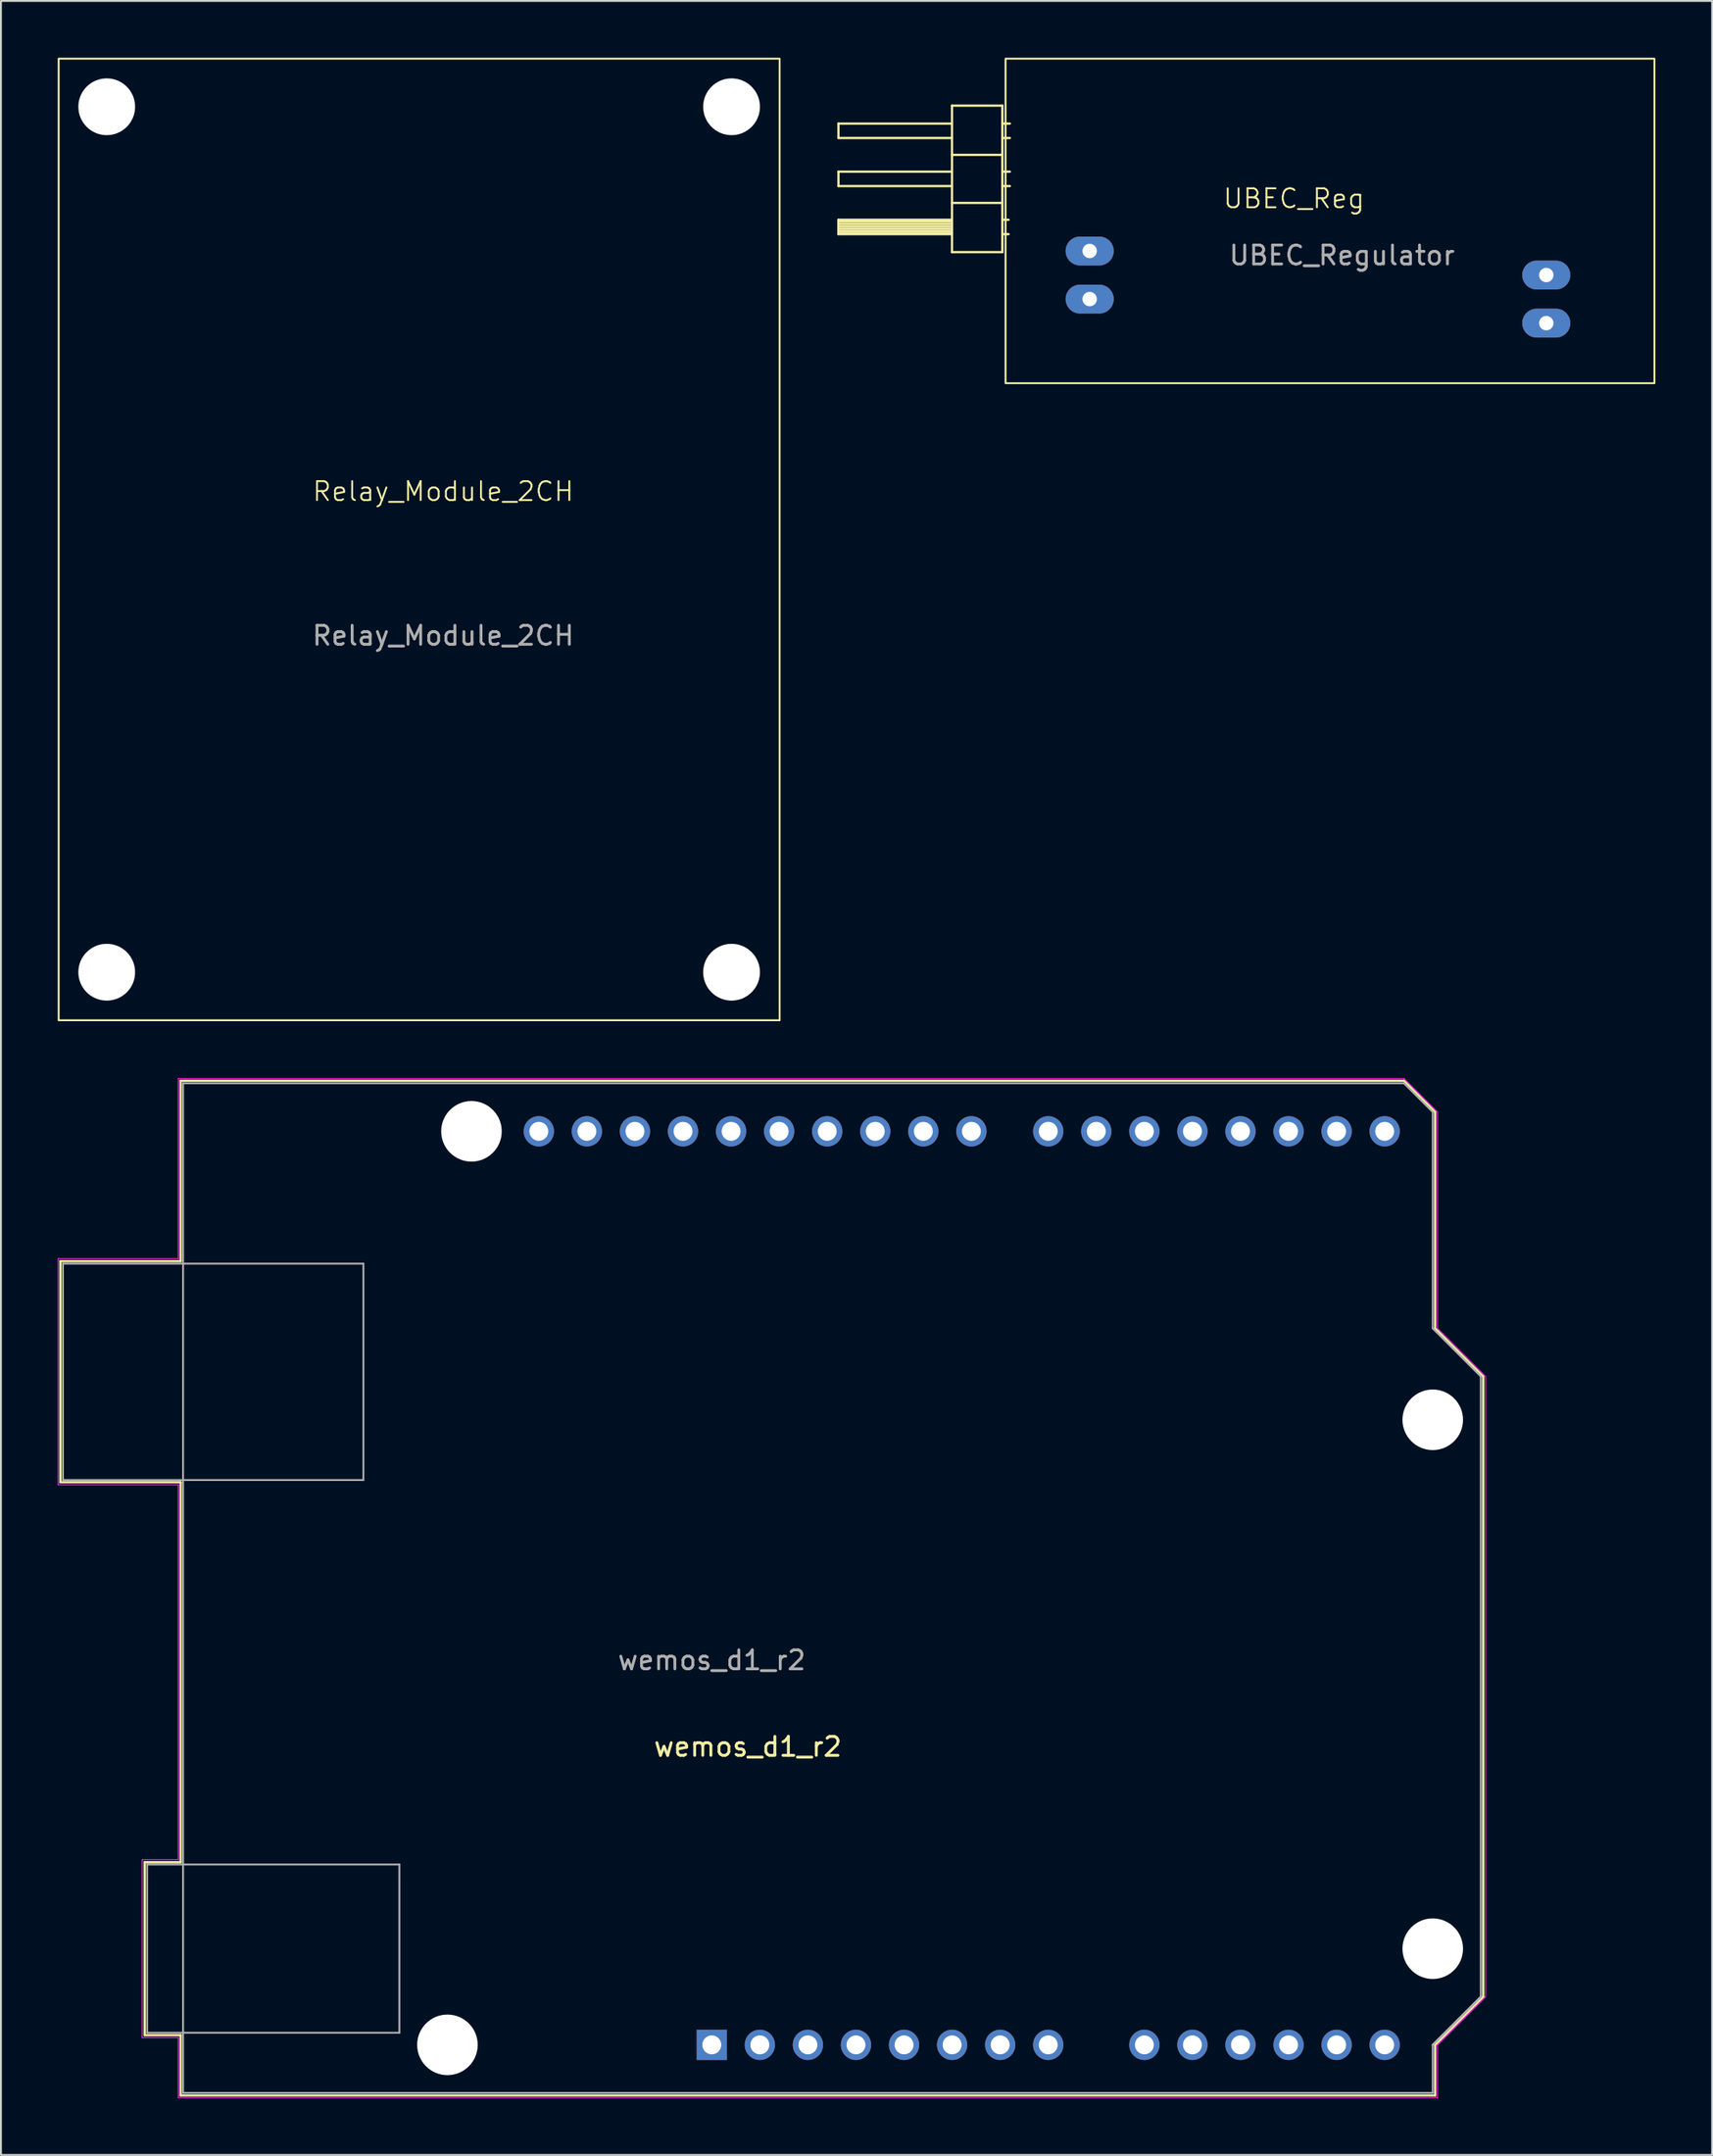
<source format=kicad_pcb>
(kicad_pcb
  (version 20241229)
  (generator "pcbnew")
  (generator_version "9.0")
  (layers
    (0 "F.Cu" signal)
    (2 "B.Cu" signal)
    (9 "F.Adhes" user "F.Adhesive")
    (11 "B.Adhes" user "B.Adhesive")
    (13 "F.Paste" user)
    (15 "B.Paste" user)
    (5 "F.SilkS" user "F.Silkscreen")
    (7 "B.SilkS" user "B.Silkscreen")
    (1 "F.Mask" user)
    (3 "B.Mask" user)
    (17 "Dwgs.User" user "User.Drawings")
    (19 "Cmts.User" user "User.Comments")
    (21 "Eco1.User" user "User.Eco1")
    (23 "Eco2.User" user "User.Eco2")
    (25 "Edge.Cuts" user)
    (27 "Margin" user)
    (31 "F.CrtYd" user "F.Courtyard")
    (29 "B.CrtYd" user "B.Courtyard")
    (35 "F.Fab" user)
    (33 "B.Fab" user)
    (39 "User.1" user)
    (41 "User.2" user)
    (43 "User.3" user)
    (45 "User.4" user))
  (footprint "wemos_d1_r2"
    (layer "F.Cu")
    (at 35.835 84.145)
    (property "Reference" "wemos_d1_r2" (at 0.635 5.08 180) (layer "F.SilkS") (effects (font (size 1 1) (thickness 0.15))))
    (attr through_hole)
    (fp_line (start -35.69 -20.57) (end -29.34 -20.57) (stroke (width 0.12) (type solid)) (layer "F.SilkS"))
    (fp_line (start -35.69 -8.89) (end -35.69 -20.57) (stroke (width 0.12) (type solid)) (layer "F.SilkS"))
    (fp_line (start -31.24 11.18) (end -29.34 11.18) (stroke (width 0.12) (type solid)) (layer "F.SilkS"))
    (fp_line (start -31.24 20.32) (end -31.24 11.18) (stroke (width 0.12) (type solid)) (layer "F.SilkS"))
    (fp_line (start -29.34 -30.1) (end 35.31 -30.1) (stroke (width 0.12) (type solid)) (layer "F.SilkS"))
    (fp_line (start -29.34 -20.57) (end -29.34 -30.1) (stroke (width 0.12) (type solid)) (layer "F.SilkS"))
    (fp_line (start -29.34 -8.89) (end -35.69 -8.89) (stroke (width 0.12) (type solid)) (layer "F.SilkS"))
    (fp_line (start -29.34 11.18) (end -29.34 -8.89) (stroke (width 0.12) (type solid)) (layer "F.SilkS"))
    (fp_line (start -29.34 20.32) (end -31.24 20.32) (stroke (width 0.12) (type solid)) (layer "F.SilkS"))
    (fp_line (start -29.34 23.5) (end -29.34 20.32) (stroke (width 0.12) (type solid)) (layer "F.SilkS"))
    (fp_line (start 35.31 -30.1) (end 36.96 -28.45) (stroke (width 0.12) (type solid)) (layer "F.SilkS"))
    (fp_line (start 36.96 -28.45) (end 36.96 -17.02) (stroke (width 0.12) (type solid)) (layer "F.SilkS"))
    (fp_line (start 36.96 -17.02) (end 39.5 -14.48) (stroke (width 0.12) (type solid)) (layer "F.SilkS"))
    (fp_line (start 36.96 20.83) (end 36.96 23.5) (stroke (width 0.12) (type solid)) (layer "F.SilkS"))
    (fp_line (start 36.96 23.5) (end -29.34 23.5) (stroke (width 0.12) (type solid)) (layer "F.SilkS"))
    (fp_line (start 39.5 -14.48) (end 39.5 18.29) (stroke (width 0.12) (type solid)) (layer "F.SilkS"))
    (fp_line (start 39.5 18.29) (end 36.96 20.83) (stroke (width 0.12) (type solid)) (layer "F.SilkS"))
    (fp_line (start -35.81 -20.7) (end -35.81 -8.76) (stroke (width 0.05) (type solid)) (layer "F.CrtYd"))
    (fp_line (start -35.81 -8.76) (end -29.46 -8.76) (stroke (width 0.05) (type solid)) (layer "F.CrtYd"))
    (fp_line (start -31.37 11.05) (end -31.37 20.45) (stroke (width 0.05) (type solid)) (layer "F.CrtYd"))
    (fp_line (start -31.37 20.45) (end -29.46 20.45) (stroke (width 0.05) (type solid)) (layer "F.CrtYd"))
    (fp_line (start -29.46 -30.22) (end -29.46 -20.7) (stroke (width 0.05) (type solid)) (layer "F.CrtYd"))
    (fp_line (start -29.46 -20.7) (end -35.81 -20.7) (stroke (width 0.05) (type solid)) (layer "F.CrtYd"))
    (fp_line (start -29.46 -8.76) (end -29.46 11.05) (stroke (width 0.05) (type solid)) (layer "F.CrtYd"))
    (fp_line (start -29.46 11.05) (end -31.37 11.05) (stroke (width 0.05) (type solid)) (layer "F.CrtYd"))
    (fp_line (start -29.46 20.45) (end -29.46 23.62) (stroke (width 0.05) (type solid)) (layer "F.CrtYd"))
    (fp_line (start -29.46 23.62) (end 37.08 23.62) (stroke (width 0.05) (type solid)) (layer "F.CrtYd"))
    (fp_line (start 35.31 -30.22) (end -29.46 -30.22) (stroke (width 0.05) (type solid)) (layer "F.CrtYd"))
    (fp_line (start 37.08 -28.45) (end 35.31 -30.22) (stroke (width 0.05) (type solid)) (layer "F.CrtYd"))
    (fp_line (start 37.08 -17.02) (end 37.08 -28.45) (stroke (width 0.05) (type solid)) (layer "F.CrtYd"))
    (fp_line (start 37.08 20.83) (end 39.62 18.29) (stroke (width 0.05) (type solid)) (layer "F.CrtYd"))
    (fp_line (start 37.08 20.83) (end 39.62 18.29) (stroke (width 0.05) (type solid)) (layer "F.CrtYd"))
    (fp_line (start 37.08 23.62) (end 37.08 20.83) (stroke (width 0.05) (type solid)) (layer "F.CrtYd"))
    (fp_line (start 39.62 -14.48) (end 37.08 -17.02) (stroke (width 0.05) (type solid)) (layer "F.CrtYd"))
    (fp_line (start 39.62 18.29) (end 39.62 -14.48) (stroke (width 0.05) (type solid)) (layer "F.CrtYd"))
    (fp_line (start -35.56 -20.44) (end -35.56 -9.01) (stroke (width 0.1) (type solid)) (layer "F.Fab"))
    (fp_line (start -35.56 -9.01) (end -19.68 -9.01) (stroke (width 0.1) (type solid)) (layer "F.Fab"))
    (fp_line (start -31.11 11.3) (end -31.11 20.19) (stroke (width 0.1) (type solid)) (layer "F.Fab"))
    (fp_line (start -31.11 20.19) (end -17.78 20.19) (stroke (width 0.1) (type solid)) (layer "F.Fab"))
    (fp_line (start -29.21 -29.97) (end -29.21 23.37) (stroke (width 0.1) (type solid)) (layer "F.Fab"))
    (fp_line (start -29.21 23.37) (end 36.83 23.37) (stroke (width 0.1) (type solid)) (layer "F.Fab"))
    (fp_line (start -19.68 -20.44) (end -35.56 -20.44) (stroke (width 0.1) (type solid)) (layer "F.Fab"))
    (fp_line (start -19.68 -9.01) (end -19.68 -20.44) (stroke (width 0.1) (type solid)) (layer "F.Fab"))
    (fp_line (start -17.78 11.3) (end -31.11 11.3) (stroke (width 0.1) (type solid)) (layer "F.Fab"))
    (fp_line (start -17.78 20.19) (end -17.78 11.3) (stroke (width 0.1) (type solid)) (layer "F.Fab"))
    (fp_line (start 35.31 -29.97) (end -29.21 -29.97) (stroke (width 0.1) (type solid)) (layer "F.Fab"))
    (fp_line (start 36.83 -28.45) (end 35.31 -29.97) (stroke (width 0.1) (type solid)) (layer "F.Fab"))
    (fp_line (start 36.83 -17.02) (end 36.83 -28.45) (stroke (width 0.1) (type solid)) (layer "F.Fab"))
    (fp_line (start 36.83 20.83) (end 39.37 18.29) (stroke (width 0.1) (type solid)) (layer "F.Fab"))
    (fp_line (start 36.83 20.83) (end 39.37 18.29) (stroke (width 0.1) (type solid)) (layer "F.Fab"))
    (fp_line (start 36.83 23.37) (end 36.83 20.83) (stroke (width 0.1) (type solid)) (layer "F.Fab"))
    (fp_line (start 39.37 -14.48) (end 36.83 -17.02) (stroke (width 0.1) (type solid)) (layer "F.Fab"))
    (fp_line (start 39.37 18.29) (end 39.37 -14.48) (stroke (width 0.1) (type solid)) (layer "F.Fab"))
    (fp_text user "${REFERENCE}" (at -1.27 0.51 180) (layer "F.Fab") (effects (font (size 1 1) (thickness 0.15))))
    (pad "" np_thru_hole circle (at -15.24 20.83 270) (size 3.2 3.2) (drill 3.2) (layers "*.Cu" "*.Mask"))
    (pad "" np_thru_hole circle (at -13.97 -27.43 270) (size 3.2 3.2) (drill 3.2) (layers "*.Cu" "*.Mask"))
    (pad "" np_thru_hole circle (at 36.83 -12.19 270) (size 3.2 3.2) (drill 3.2) (layers "*.Cu" "*.Mask"))
    (pad "" np_thru_hole circle (at 36.83 15.75 270) (size 3.2 3.2) (drill 3.2) (layers "*.Cu" "*.Mask"))
    (pad "1" thru_hole rect (at -1.27 20.83 270) (size 1.6 1.6) (drill 1) (layers "*.Cu" "*.Mask"))
    (pad "2" thru_hole oval (at 1.27 20.83 270) (size 1.6 1.6) (drill 1) (layers "*.Cu" "*.Mask"))
    (pad "3" thru_hole oval (at 3.81 20.83 270) (size 1.6 1.6) (drill 1) (layers "*.Cu" "*.Mask"))
    (pad "4" thru_hole oval (at 6.35 20.83 270) (size 1.6 1.6) (drill 1) (layers "*.Cu" "*.Mask"))
    (pad "5" thru_hole oval (at 8.89 20.83 270) (size 1.6 1.6) (drill 1) (layers "*.Cu" "*.Mask"))
    (pad "6" thru_hole oval (at 11.43 20.83 270) (size 1.6 1.6) (drill 1) (layers "*.Cu" "*.Mask"))
    (pad "7" thru_hole oval (at 13.97 20.83 270) (size 1.6 1.6) (drill 1) (layers "*.Cu" "*.Mask"))
    (pad "8" thru_hole oval (at 16.51 20.83 270) (size 1.6 1.6) (drill 1) (layers "*.Cu" "*.Mask"))
    (pad "9" thru_hole oval (at 21.59 20.83 270) (size 1.6 1.6) (drill 1) (layers "*.Cu" "*.Mask"))
    (pad "10" thru_hole oval (at 24.13 20.83 270) (size 1.6 1.6) (drill 1) (layers "*.Cu" "*.Mask"))
    (pad "11" thru_hole oval (at 26.67 20.83 270) (size 1.6 1.6) (drill 1) (layers "*.Cu" "*.Mask"))
    (pad "12" thru_hole oval (at 29.21 20.83 270) (size 1.6 1.6) (drill 1) (layers "*.Cu" "*.Mask"))
    (pad "13" thru_hole oval (at 31.75 20.83 270) (size 1.6 1.6) (drill 1) (layers "*.Cu" "*.Mask"))
    (pad "14" thru_hole oval (at 34.29 20.83 270) (size 1.6 1.6) (drill 1) (layers "*.Cu" "*.Mask"))
    (pad "15" thru_hole oval (at 34.29 -27.43 270) (size 1.6 1.6) (drill 1) (layers "*.Cu" "*.Mask"))
    (pad "16" thru_hole oval (at 31.75 -27.43 270) (size 1.6 1.6) (drill 1) (layers "*.Cu" "*.Mask"))
    (pad "17" thru_hole oval (at 29.21 -27.43 270) (size 1.6 1.6) (drill 1) (layers "*.Cu" "*.Mask"))
    (pad "18" thru_hole oval (at 26.67 -27.43 270) (size 1.6 1.6) (drill 1) (layers "*.Cu" "*.Mask"))
    (pad "19" thru_hole oval (at 24.13 -27.43 270) (size 1.6 1.6) (drill 1) (layers "*.Cu" "*.Mask"))
    (pad "20" thru_hole oval (at 21.59 -27.43 270) (size 1.6 1.6) (drill 1) (layers "*.Cu" "*.Mask"))
    (pad "21" thru_hole oval (at 19.05 -27.43 270) (size 1.6 1.6) (drill 1) (layers "*.Cu" "*.Mask"))
    (pad "22" thru_hole oval (at 16.51 -27.43 270) (size 1.6 1.6) (drill 1) (layers "*.Cu" "*.Mask"))
    (pad "23" thru_hole oval (at 12.45 -27.43 270) (size 1.6 1.6) (drill 1) (layers "*.Cu" "*.Mask"))
    (pad "24" thru_hole oval (at 9.91 -27.43 270) (size 1.6 1.6) (drill 1) (layers "*.Cu" "*.Mask"))
    (pad "25" thru_hole oval (at 7.37 -27.43 270) (size 1.6 1.6) (drill 1) (layers "*.Cu" "*.Mask"))
    (pad "26" thru_hole oval (at 4.83 -27.43 270) (size 1.6 1.6) (drill 1) (layers "*.Cu" "*.Mask"))
    (pad "27" thru_hole oval (at 2.29 -27.43 270) (size 1.6 1.6) (drill 1) (layers "*.Cu" "*.Mask"))
    (pad "28" thru_hole oval (at -0.25 -27.43 270) (size 1.6 1.6) (drill 1) (layers "*.Cu" "*.Mask"))
    (pad "29" thru_hole oval (at -2.79 -27.43 270) (size 1.6 1.6) (drill 1) (layers "*.Cu" "*.Mask"))
    (pad "30" thru_hole oval (at -5.33 -27.43 270) (size 1.6 1.6) (drill 1) (layers "*.Cu" "*.Mask"))
    (pad "31" thru_hole oval (at -7.87 -27.43 270) (size 1.6 1.6) (drill 1) (layers "*.Cu" "*.Mask"))
    (pad "32" thru_hole oval (at -10.41 -27.43 270) (size 1.6 1.6) (drill 1) (layers "*.Cu" "*.Mask")))
  (footprint "UBEC_Reg"
    (layer "F.Cu")
    (at 67.87 8.94)
    (property "Reference" "UBEC_Reg" (at -2.54 -1.5 0) (unlocked yes) (layer "F.SilkS") (effects (font (size 1 1) (thickness 0.1))))
    (attr through_hole)
    (fp_line (start -26.61 -5.46) (end -20.61 -5.46) (stroke (width 0.12) (type solid)) (layer "F.SilkS"))
    (fp_line (start -26.61 -4.7) (end -26.61 -5.46) (stroke (width 0.12) (type solid)) (layer "F.SilkS"))
    (fp_line (start -26.61 -2.92) (end -20.61 -2.92) (stroke (width 0.12) (type solid)) (layer "F.SilkS"))
    (fp_line (start -26.61 -2.16) (end -26.61 -2.92) (stroke (width 0.12) (type solid)) (layer "F.SilkS"))
    (fp_line (start -26.61 -0.38) (end -20.61 -0.38) (stroke (width 0.12) (type solid)) (layer "F.SilkS"))
    (fp_line (start -26.61 0.38) (end -26.61 -0.38) (stroke (width 0.12) (type solid)) (layer "F.SilkS"))
    (fp_line (start -20.61 -6.41) (end -20.61 1.33) (stroke (width 0.12) (type solid)) (layer "F.SilkS"))
    (fp_line (start -20.61 -4.7) (end -26.61 -4.7) (stroke (width 0.12) (type solid)) (layer "F.SilkS"))
    (fp_line (start -20.61 -2.16) (end -26.61 -2.16) (stroke (width 0.12) (type solid)) (layer "F.SilkS"))
    (fp_line (start -20.61 -0.28) (end -26.61 -0.28) (stroke (width 0.12) (type solid)) (layer "F.SilkS"))
    (fp_line (start -20.61 -0.16) (end -26.61 -0.16) (stroke (width 0.12) (type solid)) (layer "F.SilkS"))
    (fp_line (start -20.61 -0.04) (end -26.61 -0.04) (stroke (width 0.12) (type solid)) (layer "F.SilkS"))
    (fp_line (start -20.61 0.08) (end -26.61 0.08) (stroke (width 0.12) (type solid)) (layer "F.SilkS"))
    (fp_line (start -20.61 0.2) (end -26.61 0.2) (stroke (width 0.12) (type solid)) (layer "F.SilkS"))
    (fp_line (start -20.61 0.32) (end -26.61 0.32) (stroke (width 0.12) (type solid)) (layer "F.SilkS"))
    (fp_line (start -20.61 0.38) (end -26.61 0.38) (stroke (width 0.12) (type solid)) (layer "F.SilkS"))
    (fp_line (start -20.61 1.33) (end -17.95 1.33) (stroke (width 0.12) (type solid)) (layer "F.SilkS"))
    (fp_line (start -17.95 -6.41) (end -20.61 -6.41) (stroke (width 0.12) (type solid)) (layer "F.SilkS"))
    (fp_line (start -17.95 -3.81) (end -20.61 -3.81) (stroke (width 0.12) (type solid)) (layer "F.SilkS"))
    (fp_line (start -17.95 -1.27) (end -20.61 -1.27) (stroke (width 0.12) (type solid)) (layer "F.SilkS"))
    (fp_line (start -17.95 1.33) (end -17.95 -6.41) (stroke (width 0.12) (type solid)) (layer "F.SilkS"))
    (fp_line (start -17.62 -0.38) (end -17.95 -0.38) (stroke (width 0.12) (type solid)) (layer "F.SilkS"))
    (fp_line (start -17.62 0.38) (end -17.95 0.38) (stroke (width 0.12) (type solid)) (layer "F.SilkS"))
    (fp_line (start -17.553 -5.46) (end -17.95 -5.46) (stroke (width 0.12) (type solid)) (layer "F.SilkS"))
    (fp_line (start -17.553 -4.7) (end -17.95 -4.7) (stroke (width 0.12) (type solid)) (layer "F.SilkS"))
    (fp_line (start -17.553 -2.92) (end -17.95 -2.92) (stroke (width 0.12) (type solid)) (layer "F.SilkS"))
    (fp_line (start -17.553 -2.16) (end -17.95 -2.16) (stroke (width 0.12) (type solid)) (layer "F.SilkS"))
    (fp_rect (start -17.78 -8.89) (end 16.51 8.255) (stroke (width 0.1) (type default)) (fill no) (layer "F.SilkS"))
    (fp_text user "UBEC_Regulator" (at 0 1.5 0) (unlocked yes) (layer "F.Fab") (effects (font (size 1 1) (thickness 0.15))))
    (fp_text user "5v" (at -17.145 -3.175 0) (unlocked yes) (layer "User.2") (effects (font (size 1 1) (thickness 0.15)) (justify left bottom)))
    (fp_text user "6v" (at -17.145 -0.635 0) (unlocked yes) (layer "User.2") (effects (font (size 1 1) (thickness 0.15)) (justify left bottom)))
    (pad "1" thru_hole oval (at -13.335 1.27 180) (size 2.54 1.524) (drill 0.762) (layers "*.Cu" "*.Mask"))
    (pad "2" thru_hole oval (at -13.335 3.81) (size 2.54 1.524) (drill 0.762) (layers "*.Cu" "*.Mask"))
    (pad "3" thru_hole oval (at 10.795 5.08) (size 2.54 1.524) (drill 0.762) (layers "*.Cu" "*.Mask" "Eco1.User"))
    (pad "4" thru_hole oval (at 10.795 2.54) (size 2.54 1.524) (drill 0.762) (layers "*.Cu" "*.Mask")))
  (footprint "Relay_Module_2CH"
    (layer "F.Cu")
    (at 20.37 25.45)
    (property "Reference" "Relay_Module_2CH" (at 0 -2.54 0) (unlocked yes) (layer "F.SilkS") (effects (font (size 1 1) (thickness 0.1))))
    (attr through_hole)
    (fp_rect (start -20.32 -25.4) (end 17.78 25.4) (stroke (width 0.1) (type default)) (fill no) (layer "F.SilkS"))
    (fp_text user "${REFERENCE}" (at 0 5.08 0) (unlocked yes) (layer "F.Fab") (effects (font (size 1 1) (thickness 0.15))))
    (pad "" np_thru_hole circle (at -17.78 -22.86) (size 3 3) (drill 3) (layers "*.Cu" "*.Mask"))
    (pad "" np_thru_hole circle (at -17.78 22.86) (size 3 3) (drill 3) (layers "*.Cu" "*.Mask"))
    (pad "" np_thru_hole circle (at 15.24 -22.86) (size 3 3) (drill 3) (layers "*.Cu" "*.Mask"))
    (pad "" np_thru_hole circle (at 15.24 22.86) (size 3 3) (drill 3) (layers "*.Cu" "*.Mask")))
  (gr_rect
    (start -3 -3)
    (end 87.43 110.79)
    (stroke (width 0.1) (type default))
    (fill no)
    (layer "Edge.Cuts")))
</source>
